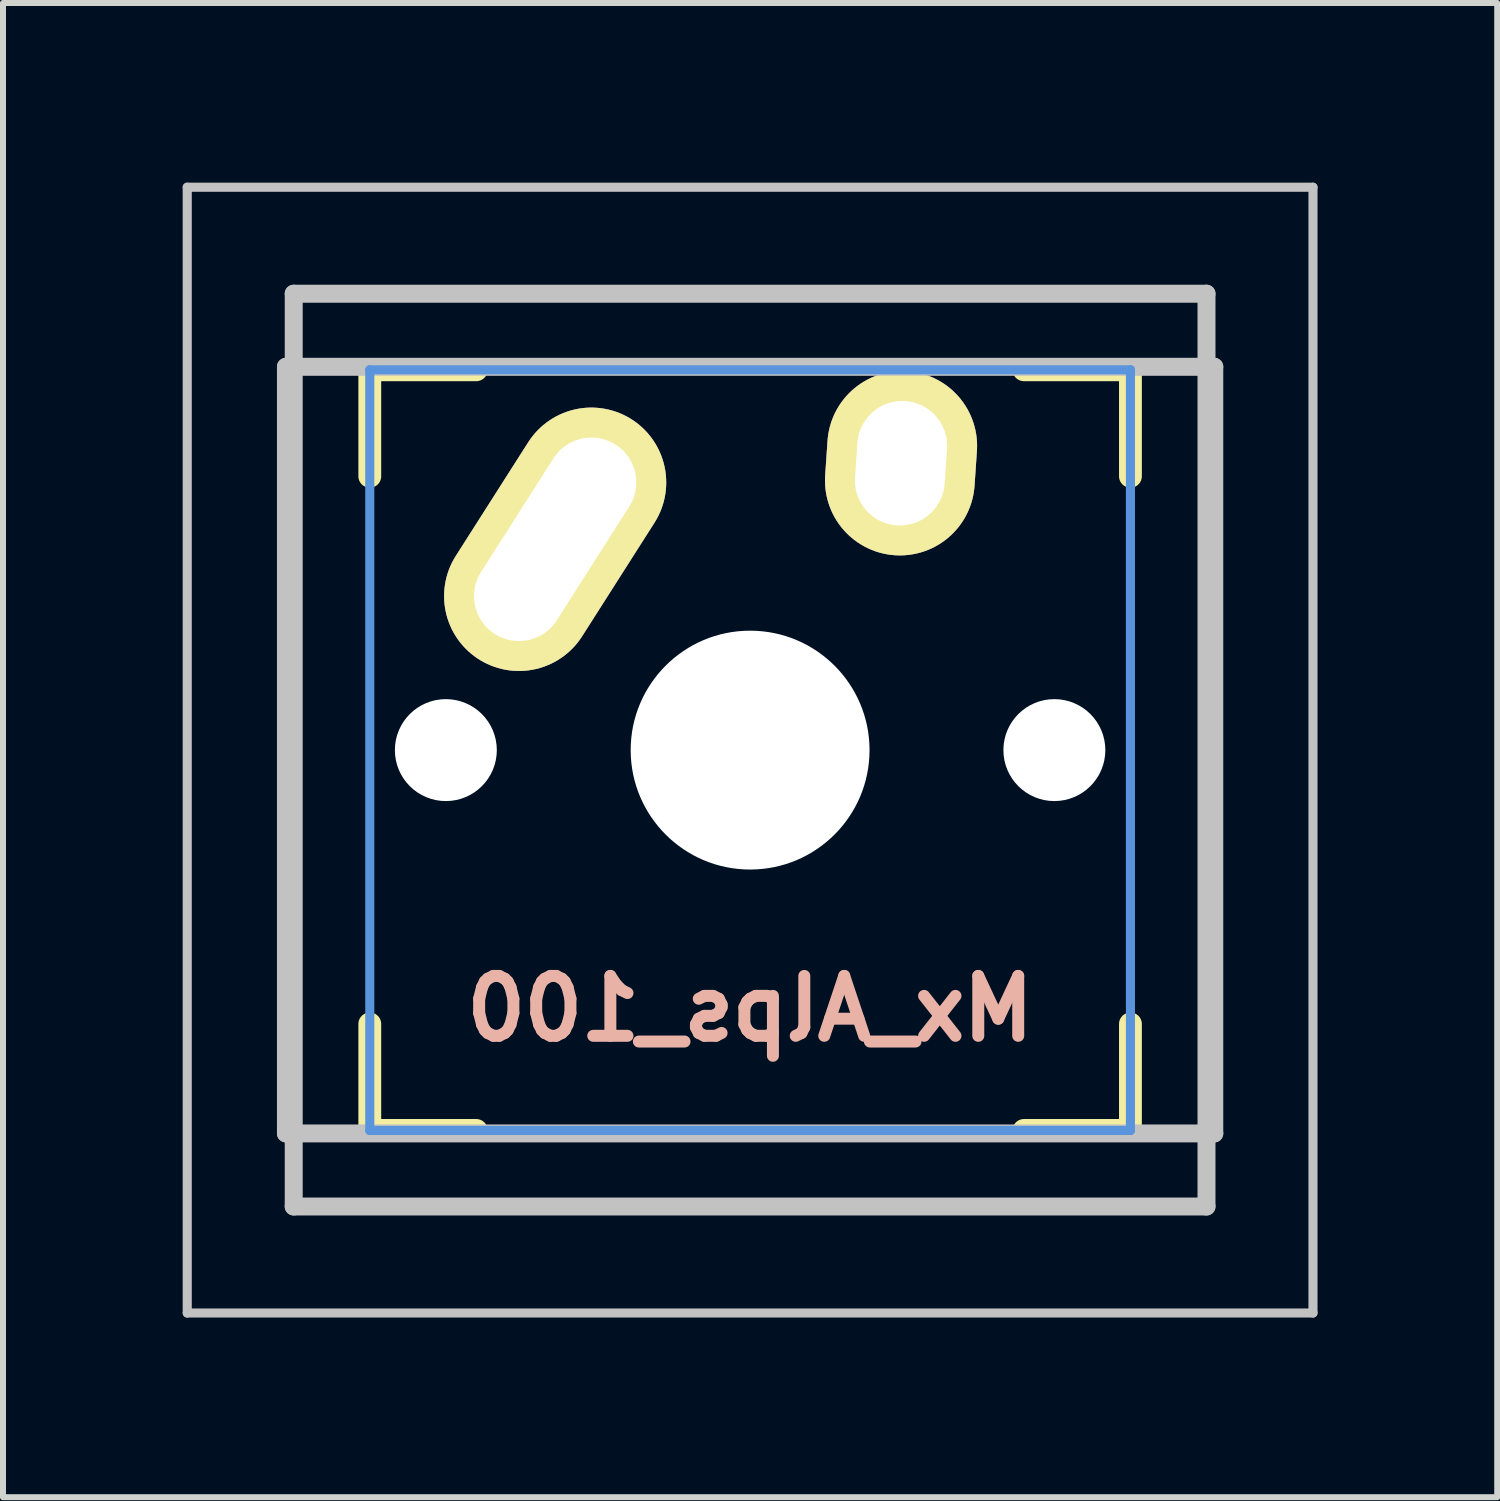
<source format=kicad_pcb>
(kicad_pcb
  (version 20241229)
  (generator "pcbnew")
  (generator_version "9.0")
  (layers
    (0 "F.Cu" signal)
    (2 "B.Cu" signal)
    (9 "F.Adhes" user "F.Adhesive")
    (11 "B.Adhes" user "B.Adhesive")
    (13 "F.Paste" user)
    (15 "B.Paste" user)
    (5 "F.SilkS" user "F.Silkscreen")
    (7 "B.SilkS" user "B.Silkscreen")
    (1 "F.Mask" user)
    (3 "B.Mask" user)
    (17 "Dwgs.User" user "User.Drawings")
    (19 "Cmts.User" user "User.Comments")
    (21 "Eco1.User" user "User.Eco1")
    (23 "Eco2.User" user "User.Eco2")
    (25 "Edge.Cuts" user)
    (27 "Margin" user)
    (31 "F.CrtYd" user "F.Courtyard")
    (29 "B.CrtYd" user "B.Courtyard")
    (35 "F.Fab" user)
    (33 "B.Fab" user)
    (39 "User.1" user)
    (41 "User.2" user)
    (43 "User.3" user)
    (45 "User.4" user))
  (footprint "Mx_Alps_100"
    (layer "F.Cu")
    (at 9.474 9.474)
    (property "Reference" "Mx_Alps_100" (at 0 4.318 0) (layer "B.SilkS") (effects (font (size 1 1) (thickness 0.2)) (justify mirror)))
    (attr through_hole)
    (fp_line (start -6.35 -6.35) (end -4.572 -6.35) (stroke (width 0.381) (type solid)) (layer "F.SilkS"))
    (fp_line (start -6.35 -4.572) (end -6.35 -6.35) (stroke (width 0.381) (type solid)) (layer "F.SilkS"))
    (fp_line (start -6.35 6.35) (end -6.35 4.572) (stroke (width 0.381) (type solid)) (layer "F.SilkS"))
    (fp_line (start -4.572 6.35) (end -6.35 6.35) (stroke (width 0.381) (type solid)) (layer "F.SilkS"))
    (fp_line (start 4.572 -6.35) (end 6.35 -6.35) (stroke (width 0.381) (type solid)) (layer "F.SilkS"))
    (fp_line (start 6.35 -6.35) (end 6.35 -4.572) (stroke (width 0.381) (type solid)) (layer "F.SilkS"))
    (fp_line (start 6.35 4.572) (end 6.35 6.35) (stroke (width 0.381) (type solid)) (layer "F.SilkS"))
    (fp_line (start 6.35 6.35) (end 4.572 6.35) (stroke (width 0.381) (type solid)) (layer "F.SilkS"))
    (fp_line (start -9.398 -9.398) (end 9.398 -9.398) (stroke (width 0.152) (type solid)) (layer "Dwgs.User"))
    (fp_line (start -9.398 9.398) (end -9.398 -9.398) (stroke (width 0.152) (type solid)) (layer "Dwgs.User"))
    (fp_line (start -7.75 6.4) (end -7.75 -6.4) (stroke (width 0.3) (type solid)) (layer "Dwgs.User"))
    (fp_line (start -7.75 6.4) (end 7.75 6.4) (stroke (width 0.3) (type solid)) (layer "Dwgs.User"))
    (fp_line (start -7.62 -7.62) (end 7.62 -7.62) (stroke (width 0.3) (type solid)) (layer "Dwgs.User"))
    (fp_line (start -7.62 7.62) (end -7.62 -7.62) (stroke (width 0.3) (type solid)) (layer "Dwgs.User"))
    (fp_line (start 7.62 -7.62) (end 7.62 7.62) (stroke (width 0.3) (type solid)) (layer "Dwgs.User"))
    (fp_line (start 7.62 7.62) (end -7.62 7.62) (stroke (width 0.3) (type solid)) (layer "Dwgs.User"))
    (fp_line (start 7.75 -6.4) (end -7.75 -6.4) (stroke (width 0.3) (type solid)) (layer "Dwgs.User"))
    (fp_line (start 7.75 6.4) (end 7.75 -6.4) (stroke (width 0.3) (type solid)) (layer "Dwgs.User"))
    (fp_line (start 9.398 -9.398) (end 9.398 9.398) (stroke (width 0.152) (type solid)) (layer "Dwgs.User"))
    (fp_line (start 9.398 9.398) (end -9.398 9.398) (stroke (width 0.152) (type solid)) (layer "Dwgs.User"))
    (fp_line (start -6.35 -6.35) (end 6.35 -6.35) (stroke (width 0.152) (type solid)) (layer "Cmts.User"))
    (fp_line (start -6.35 6.35) (end -6.35 -6.35) (stroke (width 0.152) (type solid)) (layer "Cmts.User"))
    (fp_line (start 6.35 -6.35) (end 6.35 6.35) (stroke (width 0.152) (type solid)) (layer "Cmts.User"))
    (fp_line (start 6.35 6.35) (end -6.35 6.35) (stroke (width 0.152) (type solid)) (layer "Cmts.User"))
    (fp_line (start -6.985 -6.985) (end 6.985 -6.985) (stroke (width 0.152) (type solid)) (layer "Eco2.User"))
    (fp_line (start -6.985 6.985) (end -6.985 -6.985) (stroke (width 0.152) (type solid)) (layer "Eco2.User"))
    (fp_line (start 6.985 -6.985) (end 6.985 6.985) (stroke (width 0.152) (type solid)) (layer "Eco2.User"))
    (fp_line (start 6.985 6.985) (end -6.985 6.985) (stroke (width 0.152) (type solid)) (layer "Eco2.User"))
    (pad "" np_thru_hole circle (at -5.08 0) (size 1.702 1.702) (drill 1.702) (layers "*.Cu" "*.Mask"))
    (pad "" np_thru_hole circle (at 0 0) (size 3.988 3.988) (drill 3.988) (layers "*.Cu" "*.Mask"))
    (pad "" np_thru_hole circle (at 5.08 0) (size 1.702 1.702) (drill 1.702) (layers "*.Cu" "*.Mask"))
    (pad "1" thru_hole oval (at -3.255 -3.52 327.5) (size 2.5 4.75) (drill oval 1.5 3.75) (layers "*.Cu" "*.Mask" "F.SilkS"))
    (pad "2" thru_hole oval (at 2.52 -4.79 356.1) (size 2.5 3.08) (drill oval 1.5 2.08) (layers "*.Cu" "*.Mask" "F.SilkS")))
  (gr_rect
    (start -3 -3)
    (end 21.948 21.948)
    (stroke (width 0.1) (type default))
    (fill no)
    (layer "Edge.Cuts")))
</source>
